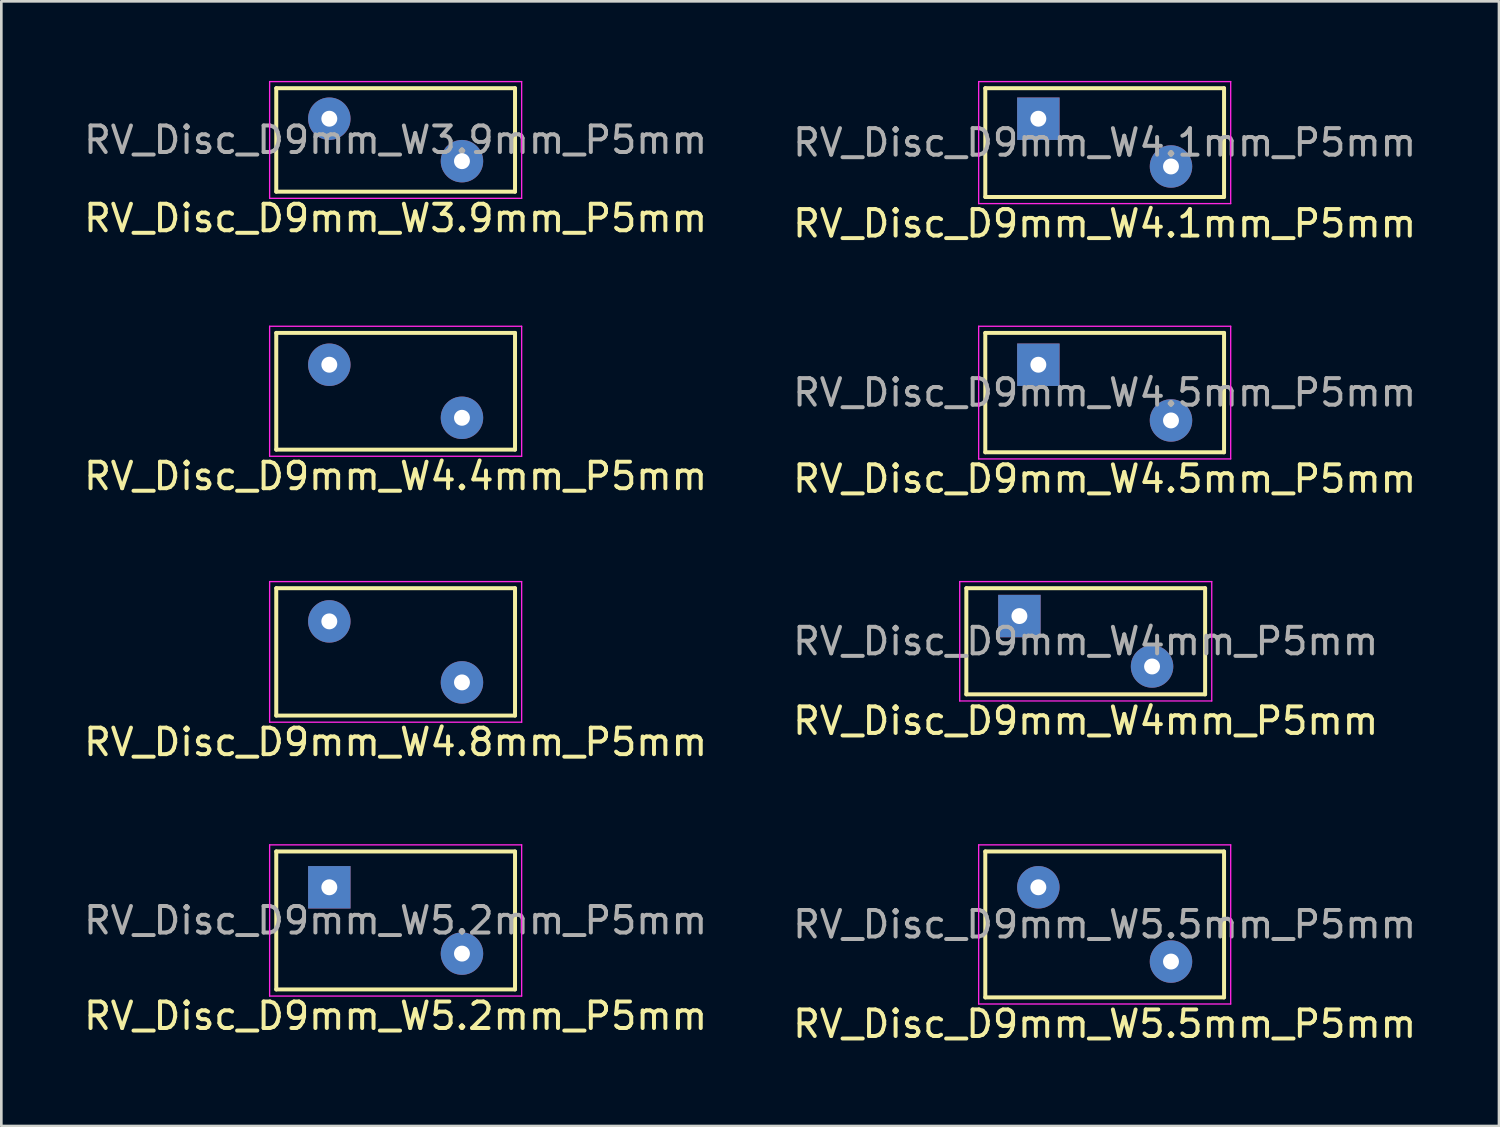
<source format=kicad_pcb>
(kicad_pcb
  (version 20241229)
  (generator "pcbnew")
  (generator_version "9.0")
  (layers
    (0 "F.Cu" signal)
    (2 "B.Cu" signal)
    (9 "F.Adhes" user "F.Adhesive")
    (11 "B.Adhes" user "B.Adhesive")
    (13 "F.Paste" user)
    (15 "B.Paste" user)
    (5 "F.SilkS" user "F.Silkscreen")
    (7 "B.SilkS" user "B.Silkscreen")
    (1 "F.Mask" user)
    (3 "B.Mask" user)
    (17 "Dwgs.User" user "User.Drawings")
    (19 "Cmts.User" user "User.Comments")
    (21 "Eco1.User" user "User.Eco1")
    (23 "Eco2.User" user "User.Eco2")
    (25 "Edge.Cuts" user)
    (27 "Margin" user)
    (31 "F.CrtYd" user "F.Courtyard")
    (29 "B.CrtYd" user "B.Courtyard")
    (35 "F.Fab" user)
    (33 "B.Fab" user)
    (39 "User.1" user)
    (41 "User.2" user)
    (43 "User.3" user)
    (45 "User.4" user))
  (footprint "RV_Disc_D9mm_W4mm_P5mm"
    (layer "F.Cu")
    (at 35.375 20.172)
    (property "Reference" "RV_Disc_D9mm_W4mm_P5mm" (at 2.5 3.95 0) (layer "F.SilkS") (effects (font (size 1 1) (thickness 0.15))))
    (attr through_hole)
    (fp_line (start -2 -1.05) (end -2 2.95) (stroke (width 0.15) (type solid)) (layer "F.SilkS"))
    (fp_line (start -2 -1.05) (end 7 -1.05) (stroke (width 0.15) (type solid)) (layer "F.SilkS"))
    (fp_line (start -2 2.95) (end 7 2.95) (stroke (width 0.15) (type solid)) (layer "F.SilkS"))
    (fp_line (start 7 -1.05) (end 7 2.95) (stroke (width 0.15) (type solid)) (layer "F.SilkS"))
    (fp_line (start -2.25 -1.3) (end -2.25 3.2) (stroke (width 0.05) (type solid)) (layer "F.CrtYd"))
    (fp_line (start -2.25 -1.3) (end 7.25 -1.3) (stroke (width 0.05) (type solid)) (layer "F.CrtYd"))
    (fp_line (start -2.25 3.2) (end 7.25 3.2) (stroke (width 0.05) (type solid)) (layer "F.CrtYd"))
    (fp_line (start 7.25 -1.3) (end 7.25 3.2) (stroke (width 0.05) (type solid)) (layer "F.CrtYd"))
    (fp_text user "${REFERENCE}" (at 2.5 0.95 0) (layer "F.Fab") (effects (font (size 1 1) (thickness 0.15))))
    (pad "1" thru_hole rect (at 0 0) (size 1.6 1.6) (drill 0.6) (layers "*.Cu" "*.Mask"))
    (pad "2" thru_hole circle (at 5 1.9) (size 1.6 1.6) (drill 0.6) (layers "*.Cu" "*.Mask")))
  (footprint "RV_Disc_D9mm_W4.8mm_P5mm"
    (layer "F.Cu")
    (at 9.363 20.372)
    (property "Reference" "RV_Disc_D9mm_W4.8mm_P5mm" (at 2.5 4.55 0) (layer "F.SilkS") (effects (font (size 1 1) (thickness 0.15))))
    (attr through_hole)
    (fp_line (start -2 -1.25) (end -2 3.55) (stroke (width 0.15) (type solid)) (layer "F.SilkS"))
    (fp_line (start -2 -1.25) (end 7 -1.25) (stroke (width 0.15) (type solid)) (layer "F.SilkS"))
    (fp_line (start -2 3.55) (end 7 3.55) (stroke (width 0.15) (type solid)) (layer "F.SilkS"))
    (fp_line (start 7 -1.25) (end 7 3.55) (stroke (width 0.15) (type solid)) (layer "F.SilkS"))
    (fp_line (start -2.25 -1.5) (end -2.25 3.8) (stroke (width 0.05) (type solid)) (layer "F.CrtYd"))
    (fp_line (start -2.25 -1.5) (end 7.25 -1.5) (stroke (width 0.05) (type solid)) (layer "F.CrtYd"))
    (fp_line (start -2.25 3.8) (end 7.25 3.8) (stroke (width 0.05) (type solid)) (layer "F.CrtYd"))
    (fp_line (start 7.25 -1.5) (end 7.25 3.8) (stroke (width 0.05) (type solid)) (layer "F.CrtYd"))
    (pad "1" thru_hole circle (at 0 0) (size 1.6 1.6) (drill 0.6) (layers "*.Cu" "*.Mask"))
    (pad "2" thru_hole circle (at 5 2.3) (size 1.6 1.6) (drill 0.6) (layers "*.Cu" "*.Mask")))
  (footprint "RV_Disc_D9mm_W4.1mm_P5mm"
    (layer "F.Cu")
    (at 36.089 1.425)
    (property "Reference" "RV_Disc_D9mm_W4.1mm_P5mm" (at 2.5 3.95 0) (layer "F.SilkS") (effects (font (size 1 1) (thickness 0.15))))
    (attr through_hole)
    (fp_line (start -2 -1.15) (end -2 2.95) (stroke (width 0.15) (type solid)) (layer "F.SilkS"))
    (fp_line (start -2 -1.15) (end 7 -1.15) (stroke (width 0.15) (type solid)) (layer "F.SilkS"))
    (fp_line (start -2 2.95) (end 7 2.95) (stroke (width 0.15) (type solid)) (layer "F.SilkS"))
    (fp_line (start 7 -1.15) (end 7 2.95) (stroke (width 0.15) (type solid)) (layer "F.SilkS"))
    (fp_line (start -2.25 -1.4) (end -2.25 3.2) (stroke (width 0.05) (type solid)) (layer "F.CrtYd"))
    (fp_line (start -2.25 -1.4) (end 7.25 -1.4) (stroke (width 0.05) (type solid)) (layer "F.CrtYd"))
    (fp_line (start -2.25 3.2) (end 7.25 3.2) (stroke (width 0.05) (type solid)) (layer "F.CrtYd"))
    (fp_line (start 7.25 -1.4) (end 7.25 3.2) (stroke (width 0.05) (type solid)) (layer "F.CrtYd"))
    (fp_text user "${REFERENCE}" (at 2.5 0.9 0) (layer "F.Fab") (effects (font (size 1 1) (thickness 0.15))))
    (pad "1" thru_hole rect (at 0 0) (size 1.6 1.6) (drill 0.6) (layers "*.Cu" "*.Mask"))
    (pad "2" thru_hole circle (at 5 1.8) (size 1.6 1.6) (drill 0.6) (layers "*.Cu" "*.Mask")))
  (footprint "RV_Disc_D9mm_W4.4mm_P5mm"
    (layer "F.Cu")
    (at 9.363 10.698)
    (property "Reference" "RV_Disc_D9mm_W4.4mm_P5mm" (at 2.5 4.2 0) (layer "F.SilkS") (effects (font (size 1 1) (thickness 0.15))))
    (attr through_hole)
    (fp_line (start -2 -1.2) (end -2 3.2) (stroke (width 0.15) (type solid)) (layer "F.SilkS"))
    (fp_line (start -2 -1.2) (end 7 -1.2) (stroke (width 0.15) (type solid)) (layer "F.SilkS"))
    (fp_line (start -2 3.2) (end 7 3.2) (stroke (width 0.15) (type solid)) (layer "F.SilkS"))
    (fp_line (start 7 -1.2) (end 7 3.2) (stroke (width 0.15) (type solid)) (layer "F.SilkS"))
    (fp_line (start -2.25 -1.45) (end -2.25 3.45) (stroke (width 0.05) (type solid)) (layer "F.CrtYd"))
    (fp_line (start -2.25 -1.45) (end 7.25 -1.45) (stroke (width 0.05) (type solid)) (layer "F.CrtYd"))
    (fp_line (start -2.25 3.45) (end 7.25 3.45) (stroke (width 0.05) (type solid)) (layer "F.CrtYd"))
    (fp_line (start 7.25 -1.45) (end 7.25 3.45) (stroke (width 0.05) (type solid)) (layer "F.CrtYd"))
    (pad "1" thru_hole circle (at 0 0) (size 1.6 1.6) (drill 0.6) (layers "*.Cu" "*.Mask"))
    (pad "2" thru_hole circle (at 5 2) (size 1.6 1.6) (drill 0.6) (layers "*.Cu" "*.Mask")))
  (footprint "RV_Disc_D9mm_W5.5mm_P5mm"
    (layer "F.Cu")
    (at 36.089 30.395)
    (property "Reference" "RV_Disc_D9mm_W5.5mm_P5mm" (at 2.5 5.15 0) (layer "F.SilkS") (effects (font (size 1 1) (thickness 0.15))))
    (attr through_hole)
    (fp_line (start -2 -1.35) (end -2 4.15) (stroke (width 0.15) (type solid)) (layer "F.SilkS"))
    (fp_line (start -2 -1.35) (end 7 -1.35) (stroke (width 0.15) (type solid)) (layer "F.SilkS"))
    (fp_line (start -2 4.15) (end 7 4.15) (stroke (width 0.15) (type solid)) (layer "F.SilkS"))
    (fp_line (start 7 -1.35) (end 7 4.15) (stroke (width 0.15) (type solid)) (layer "F.SilkS"))
    (fp_line (start -2.25 -1.6) (end -2.25 4.4) (stroke (width 0.05) (type solid)) (layer "F.CrtYd"))
    (fp_line (start -2.25 -1.6) (end 7.25 -1.6) (stroke (width 0.05) (type solid)) (layer "F.CrtYd"))
    (fp_line (start -2.25 4.4) (end 7.25 4.4) (stroke (width 0.05) (type solid)) (layer "F.CrtYd"))
    (fp_line (start 7.25 -1.6) (end 7.25 4.4) (stroke (width 0.05) (type solid)) (layer "F.CrtYd"))
    (fp_text user "${REFERENCE}" (at 2.5 1.4 0) (layer "F.Fab") (effects (font (size 1 1) (thickness 0.15))))
    (pad "1" thru_hole circle (at 0 0) (size 1.6 1.6) (drill 0.6) (layers "*.Cu" "*.Mask"))
    (pad "2" thru_hole circle (at 5 2.8) (size 1.6 1.6) (drill 0.6) (layers "*.Cu" "*.Mask")))
  (footprint "RV_Disc_D9mm_W5.2mm_P5mm"
    (layer "F.Cu")
    (at 9.363 30.395)
    (property "Reference" "RV_Disc_D9mm_W5.2mm_P5mm" (at 2.5 4.85 0) (layer "F.SilkS") (effects (font (size 1 1) (thickness 0.15))))
    (attr through_hole)
    (fp_line (start -2 -1.35) (end -2 3.85) (stroke (width 0.15) (type solid)) (layer "F.SilkS"))
    (fp_line (start -2 -1.35) (end 7 -1.35) (stroke (width 0.15) (type solid)) (layer "F.SilkS"))
    (fp_line (start -2 3.85) (end 7 3.85) (stroke (width 0.15) (type solid)) (layer "F.SilkS"))
    (fp_line (start 7 -1.35) (end 7 3.85) (stroke (width 0.15) (type solid)) (layer "F.SilkS"))
    (fp_line (start -2.25 -1.6) (end -2.25 4.1) (stroke (width 0.05) (type solid)) (layer "F.CrtYd"))
    (fp_line (start -2.25 -1.6) (end 7.25 -1.6) (stroke (width 0.05) (type solid)) (layer "F.CrtYd"))
    (fp_line (start -2.25 4.1) (end 7.25 4.1) (stroke (width 0.05) (type solid)) (layer "F.CrtYd"))
    (fp_line (start 7.25 -1.6) (end 7.25 4.1) (stroke (width 0.05) (type solid)) (layer "F.CrtYd"))
    (fp_text user "${REFERENCE}" (at 2.5 1.25 0) (layer "F.Fab") (effects (font (size 1 1) (thickness 0.15))))
    (pad "1" thru_hole rect (at 0 0) (size 1.6 1.6) (drill 0.6) (layers "*.Cu" "*.Mask"))
    (pad "2" thru_hole circle (at 5 2.5) (size 1.6 1.6) (drill 0.6) (layers "*.Cu" "*.Mask")))
  (footprint "RV_Disc_D9mm_W3.9mm_P5mm"
    (layer "F.Cu")
    (at 9.363 1.425)
    (property "Reference" "RV_Disc_D9mm_W3.9mm_P5mm" (at 2.5 3.75 0) (layer "F.SilkS") (effects (font (size 1 1) (thickness 0.15))))
    (attr through_hole)
    (fp_line (start -2 -1.15) (end -2 2.75) (stroke (width 0.15) (type solid)) (layer "F.SilkS"))
    (fp_line (start -2 -1.15) (end 7 -1.15) (stroke (width 0.15) (type solid)) (layer "F.SilkS"))
    (fp_line (start -2 2.75) (end 7 2.75) (stroke (width 0.15) (type solid)) (layer "F.SilkS"))
    (fp_line (start 7 -1.15) (end 7 2.75) (stroke (width 0.15) (type solid)) (layer "F.SilkS"))
    (fp_line (start -2.25 -1.4) (end -2.25 3) (stroke (width 0.05) (type solid)) (layer "F.CrtYd"))
    (fp_line (start -2.25 -1.4) (end 7.25 -1.4) (stroke (width 0.05) (type solid)) (layer "F.CrtYd"))
    (fp_line (start -2.25 3) (end 7.25 3) (stroke (width 0.05) (type solid)) (layer "F.CrtYd"))
    (fp_line (start 7.25 -1.4) (end 7.25 3) (stroke (width 0.05) (type solid)) (layer "F.CrtYd"))
    (fp_text user "${REFERENCE}" (at 2.5 0.8 0) (layer "F.Fab") (effects (font (size 1 1) (thickness 0.15))))
    (pad "1" thru_hole circle (at 0 0) (size 1.6 1.6) (drill 0.6) (layers "*.Cu" "*.Mask"))
    (pad "2" thru_hole circle (at 5 1.6) (size 1.6 1.6) (drill 0.6) (layers "*.Cu" "*.Mask")))
  (footprint "RV_Disc_D9mm_W4.5mm_P5mm"
    (layer "F.Cu")
    (at 36.089 10.698)
    (property "Reference" "RV_Disc_D9mm_W4.5mm_P5mm" (at 2.5 4.3 0) (layer "F.SilkS") (effects (font (size 1 1) (thickness 0.15))))
    (attr through_hole)
    (fp_line (start -2 -1.2) (end -2 3.3) (stroke (width 0.15) (type solid)) (layer "F.SilkS"))
    (fp_line (start -2 -1.2) (end 7 -1.2) (stroke (width 0.15) (type solid)) (layer "F.SilkS"))
    (fp_line (start -2 3.3) (end 7 3.3) (stroke (width 0.15) (type solid)) (layer "F.SilkS"))
    (fp_line (start 7 -1.2) (end 7 3.3) (stroke (width 0.15) (type solid)) (layer "F.SilkS"))
    (fp_line (start -2.25 -1.45) (end -2.25 3.55) (stroke (width 0.05) (type solid)) (layer "F.CrtYd"))
    (fp_line (start -2.25 -1.45) (end 7.25 -1.45) (stroke (width 0.05) (type solid)) (layer "F.CrtYd"))
    (fp_line (start -2.25 3.55) (end 7.25 3.55) (stroke (width 0.05) (type solid)) (layer "F.CrtYd"))
    (fp_line (start 7.25 -1.45) (end 7.25 3.55) (stroke (width 0.05) (type solid)) (layer "F.CrtYd"))
    (fp_text user "${REFERENCE}" (at 2.5 1.05 0) (layer "F.Fab") (effects (font (size 1 1) (thickness 0.15))))
    (pad "1" thru_hole rect (at 0 0) (size 1.6 1.6) (drill 0.6) (layers "*.Cu" "*.Mask"))
    (pad "2" thru_hole circle (at 5 2.1) (size 1.6 1.6) (drill 0.6) (layers "*.Cu" "*.Mask")))
  (gr_rect
    (start -3 -3)
    (end 53.452 39.393)
    (stroke (width 0.1) (type default))
    (fill no)
    (layer "Edge.Cuts")))
</source>
